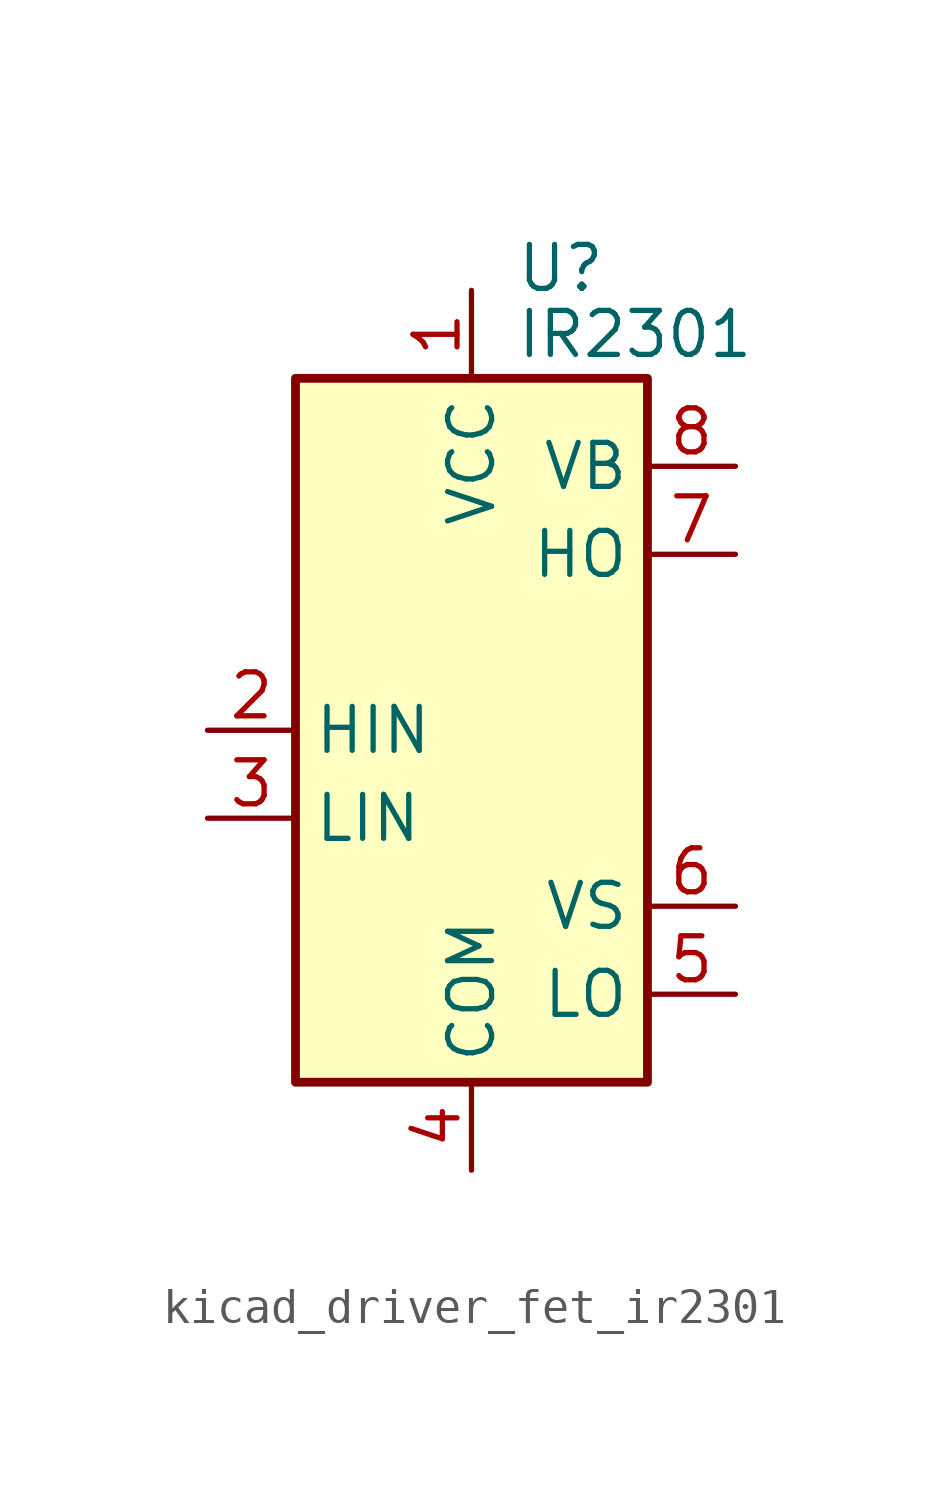
<source format=kicad_sym>
(kicad_symbol_lib
  (version 20220914)
  (generator kicad_symbol_editor)
  (symbol "kicad_driver_fet_ir2301"
    (property "Reference" "U"
      (at 1.27 13.335 0)
      (effects (font (size 1.27 1.27)) (justify left)))
    (property "Value" "IR2301"
      (at 1.27 11.43 0)
      (effects (font (size 1.27 1.27)) (justify left)))
    (symbol "kicad_driver_fet_ir2301_0_1"
      (rectangle (start -5.08 -10.16) (end 5.08 10.16) (stroke (width 0.254) (type default)) (fill (type background))))
    (symbol "kicad_driver_fet_ir2301_1_1"
      (pin power_in line (at 0 12.7 270) (length 2.54) (name "VCC" (effects (font (size 1.27 1.27)))) (number "1" (effects (font (size 1.27 1.27)))))
      (pin input line (at -7.62 0 0) (length 2.54) (name "HIN" (effects (font (size 1.27 1.27)))) (number "2" (effects (font (size 1.27 1.27)))))
      (pin input line (at -7.62 -2.54 0) (length 2.54) (name "LIN" (effects (font (size 1.27 1.27)))) (number "3" (effects (font (size 1.27 1.27)))))
      (pin power_in line (at 0 -12.7 90) (length 2.54) (name "COM" (effects (font (size 1.27 1.27)))) (number "4" (effects (font (size 1.27 1.27)))))
      (pin output line (at 7.62 -7.62 180) (length 2.54) (name "LO" (effects (font (size 1.27 1.27)))) (number "5" (effects (font (size 1.27 1.27)))))
      (pin passive line (at 7.62 -5.08 180) (length 2.54) (name "VS" (effects (font (size 1.27 1.27)))) (number "6" (effects (font (size 1.27 1.27)))))
      (pin output line (at 7.62 5.08 180) (length 2.54) (name "HO" (effects (font (size 1.27 1.27)))) (number "7" (effects (font (size 1.27 1.27)))))
      (pin passive line (at 7.62 7.62 180) (length 2.54) (name "VB" (effects (font (size 1.27 1.27)))) (number "8" (effects (font (size 1.27 1.27))))))))
</source>
